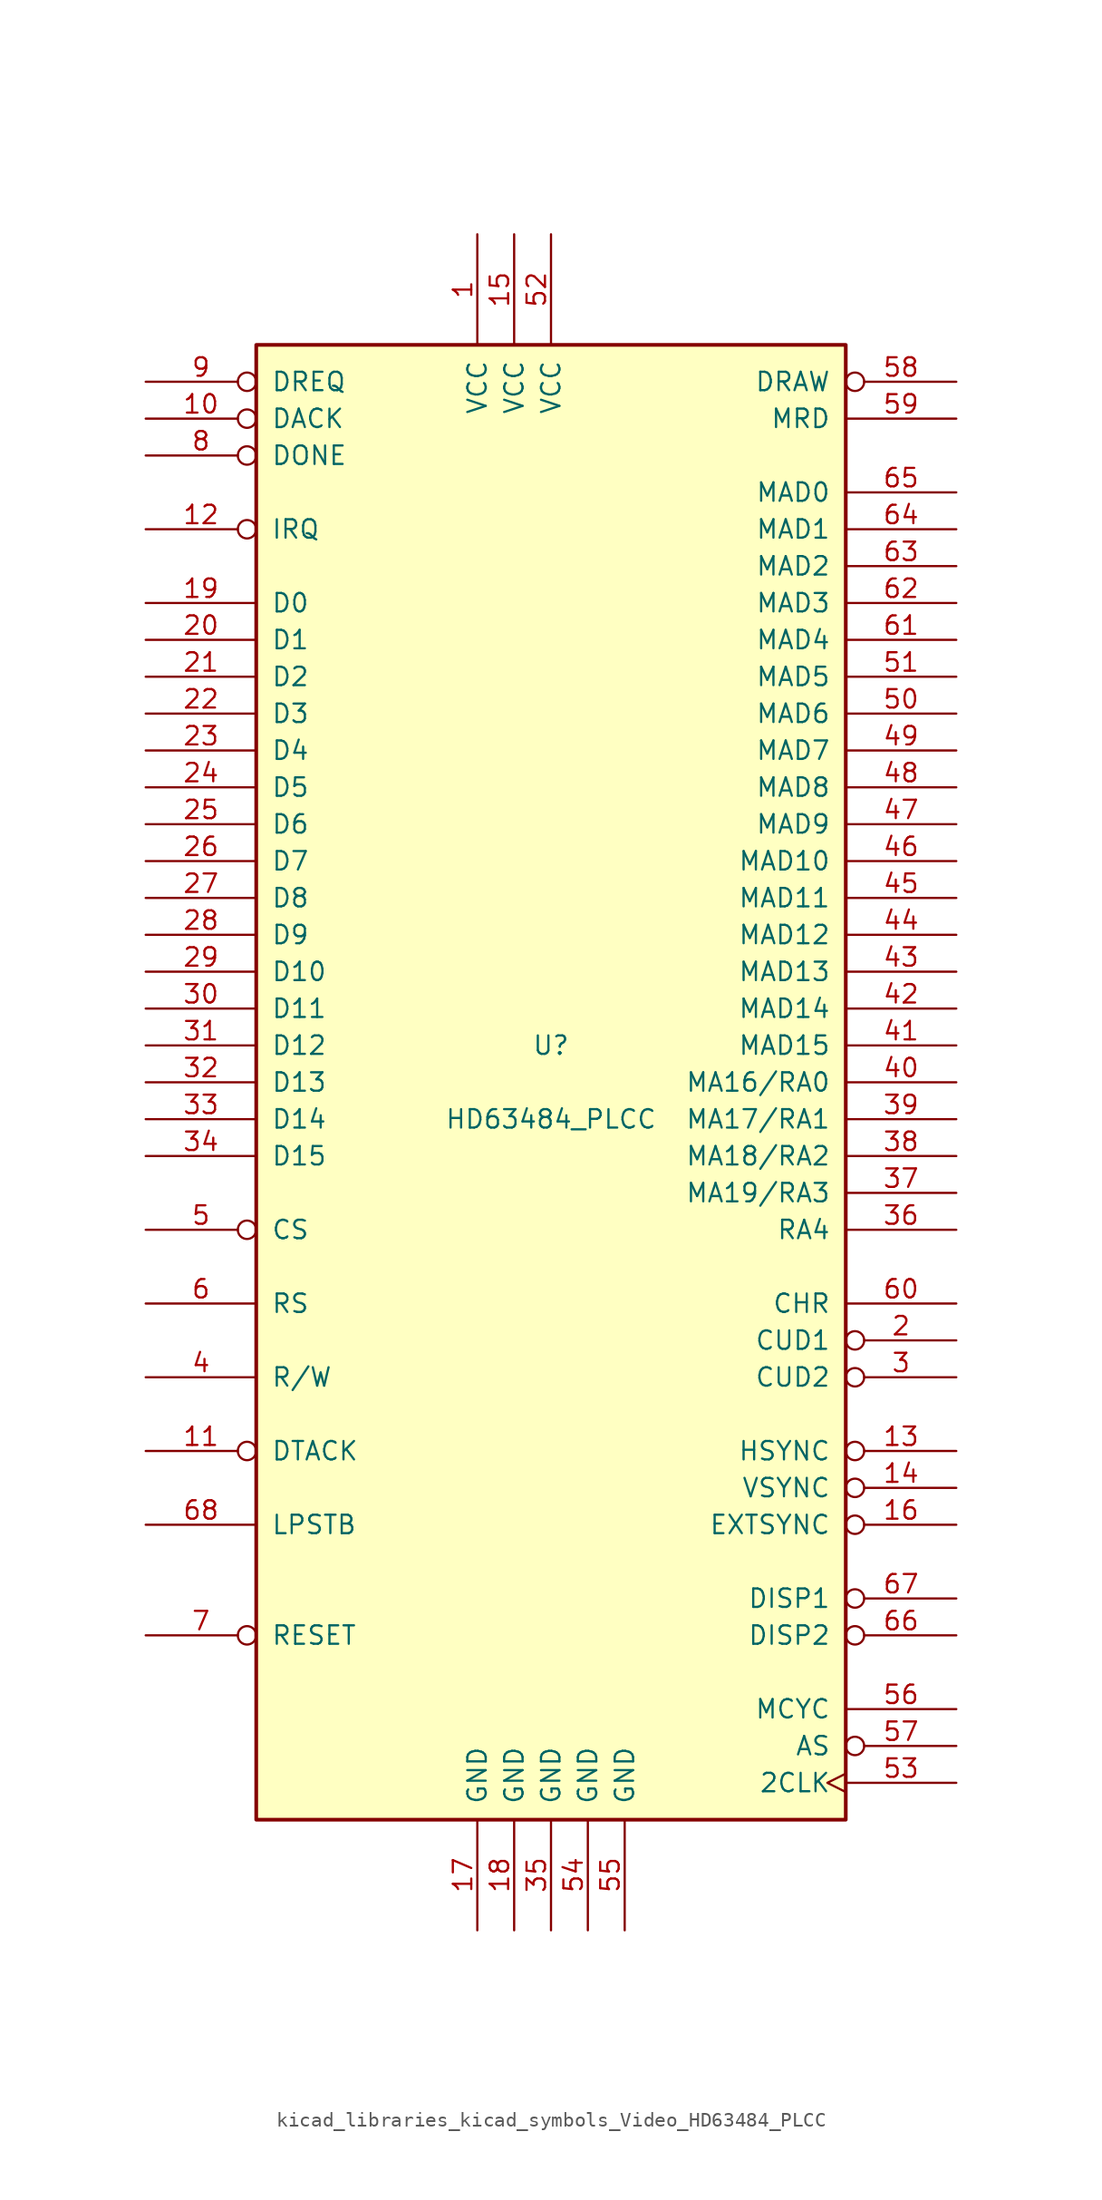
<source format=kicad_sym>
(kicad_symbol_lib
  (version 20220914)
  (generator kicad_symbol_editor)
  (symbol "kicad_libraries_kicad_symbols_Video_HD63484_PLCC"
    (pin_names
      (offset 1.016))
    (property "Reference" "U"
      (at 0 2.54 0)
      (effects (font (size 1.27 1.27))))
    (property "Value" "HD63484_PLCC"
      (at 0 -2.54 0)
      (effects (font (size 1.27 1.27))))
    (symbol "kicad_libraries_kicad_symbols_Video_HD63484_PLCC_0_1"
      (rectangle (start -20.32 -50.8) (end 20.32 50.8) (stroke (width 0.254) (type default)) (fill (type background))))
    (symbol "kicad_libraries_kicad_symbols_Video_HD63484_PLCC_1_1"
      (pin input line (at -5.08 58.42 270) (length 7.62) (name "VCC" (effects (font (size 1.27 1.27)))) (number "1" (effects (font (size 1.27 1.27)))))
      (pin input inverted (at -27.94 45.72 0) (length 7.62) (name "DACK" (effects (font (size 1.27 1.27)))) (number "10" (effects (font (size 1.27 1.27)))))
      (pin output inverted (at -27.94 -25.4 0) (length 7.62) (name "DTACK" (effects (font (size 1.27 1.27)))) (number "11" (effects (font (size 1.27 1.27)))))
      (pin output inverted (at -27.94 38.1 0) (length 7.62) (name "IRQ" (effects (font (size 1.27 1.27)))) (number "12" (effects (font (size 1.27 1.27)))))
      (pin output inverted (at 27.94 -25.4 180) (length 7.62) (name "HSYNC" (effects (font (size 1.27 1.27)))) (number "13" (effects (font (size 1.27 1.27)))))
      (pin output inverted (at 27.94 -27.94 180) (length 7.62) (name "VSYNC" (effects (font (size 1.27 1.27)))) (number "14" (effects (font (size 1.27 1.27)))))
      (pin input line (at -2.54 58.42 270) (length 7.62) (name "VCC" (effects (font (size 1.27 1.27)))) (number "15" (effects (font (size 1.27 1.27)))))
      (pin input inverted (at 27.94 -30.48 180) (length 7.62) (name "EXTSYNC" (effects (font (size 1.27 1.27)))) (number "16" (effects (font (size 1.27 1.27)))))
      (pin input line (at -5.08 -58.42 90) (length 7.62) (name "GND" (effects (font (size 1.27 1.27)))) (number "17" (effects (font (size 1.27 1.27)))))
      (pin input line (at -2.54 -58.42 90) (length 7.62) (name "GND" (effects (font (size 1.27 1.27)))) (number "18" (effects (font (size 1.27 1.27)))))
      (pin tri_state line (at -27.94 33.02 0) (length 7.62) (name "D0" (effects (font (size 1.27 1.27)))) (number "19" (effects (font (size 1.27 1.27)))))
      (pin output inverted (at 27.94 -17.78 180) (length 7.62) (name "CUD1" (effects (font (size 1.27 1.27)))) (number "2" (effects (font (size 1.27 1.27)))))
      (pin tri_state line (at -27.94 30.48 0) (length 7.62) (name "D1" (effects (font (size 1.27 1.27)))) (number "20" (effects (font (size 1.27 1.27)))))
      (pin tri_state line (at -27.94 27.94 0) (length 7.62) (name "D2" (effects (font (size 1.27 1.27)))) (number "21" (effects (font (size 1.27 1.27)))))
      (pin tri_state line (at -27.94 25.4 0) (length 7.62) (name "D3" (effects (font (size 1.27 1.27)))) (number "22" (effects (font (size 1.27 1.27)))))
      (pin tri_state line (at -27.94 22.86 0) (length 7.62) (name "D4" (effects (font (size 1.27 1.27)))) (number "23" (effects (font (size 1.27 1.27)))))
      (pin tri_state line (at -27.94 20.32 0) (length 7.62) (name "D5" (effects (font (size 1.27 1.27)))) (number "24" (effects (font (size 1.27 1.27)))))
      (pin tri_state line (at -27.94 17.78 0) (length 7.62) (name "D6" (effects (font (size 1.27 1.27)))) (number "25" (effects (font (size 1.27 1.27)))))
      (pin tri_state line (at -27.94 15.24 0) (length 7.62) (name "D7" (effects (font (size 1.27 1.27)))) (number "26" (effects (font (size 1.27 1.27)))))
      (pin tri_state line (at -27.94 12.7 0) (length 7.62) (name "D8" (effects (font (size 1.27 1.27)))) (number "27" (effects (font (size 1.27 1.27)))))
      (pin tri_state line (at -27.94 10.16 0) (length 7.62) (name "D9" (effects (font (size 1.27 1.27)))) (number "28" (effects (font (size 1.27 1.27)))))
      (pin tri_state line (at -27.94 7.62 0) (length 7.62) (name "D10" (effects (font (size 1.27 1.27)))) (number "29" (effects (font (size 1.27 1.27)))))
      (pin output inverted (at 27.94 -20.32 180) (length 7.62) (name "CUD2" (effects (font (size 1.27 1.27)))) (number "3" (effects (font (size 1.27 1.27)))))
      (pin tri_state line (at -27.94 5.08 0) (length 7.62) (name "D11" (effects (font (size 1.27 1.27)))) (number "30" (effects (font (size 1.27 1.27)))))
      (pin tri_state line (at -27.94 2.54 0) (length 7.62) (name "D12" (effects (font (size 1.27 1.27)))) (number "31" (effects (font (size 1.27 1.27)))))
      (pin tri_state line (at -27.94 0 0) (length 7.62) (name "D13" (effects (font (size 1.27 1.27)))) (number "32" (effects (font (size 1.27 1.27)))))
      (pin tri_state line (at -27.94 -2.54 0) (length 7.62) (name "D14" (effects (font (size 1.27 1.27)))) (number "33" (effects (font (size 1.27 1.27)))))
      (pin tri_state line (at -27.94 -5.08 0) (length 7.62) (name "D15" (effects (font (size 1.27 1.27)))) (number "34" (effects (font (size 1.27 1.27)))))
      (pin input line (at 0 -58.42 90) (length 7.62) (name "GND" (effects (font (size 1.27 1.27)))) (number "35" (effects (font (size 1.27 1.27)))))
      (pin output line (at 27.94 -10.16 180) (length 7.62) (name "RA4" (effects (font (size 1.27 1.27)))) (number "36" (effects (font (size 1.27 1.27)))))
      (pin output line (at 27.94 -7.62 180) (length 7.62) (name "MA19/RA3" (effects (font (size 1.27 1.27)))) (number "37" (effects (font (size 1.27 1.27)))))
      (pin output line (at 27.94 -5.08 180) (length 7.62) (name "MA18/RA2" (effects (font (size 1.27 1.27)))) (number "38" (effects (font (size 1.27 1.27)))))
      (pin output line (at 27.94 -2.54 180) (length 7.62) (name "MA17/RA1" (effects (font (size 1.27 1.27)))) (number "39" (effects (font (size 1.27 1.27)))))
      (pin input line (at -27.94 -20.32 0) (length 7.62) (name "R/W" (effects (font (size 1.27 1.27)))) (number "4" (effects (font (size 1.27 1.27)))))
      (pin output line (at 27.94 0 180) (length 7.62) (name "MA16/RA0" (effects (font (size 1.27 1.27)))) (number "40" (effects (font (size 1.27 1.27)))))
      (pin tri_state line (at 27.94 2.54 180) (length 7.62) (name "MAD15" (effects (font (size 1.27 1.27)))) (number "41" (effects (font (size 1.27 1.27)))))
      (pin tri_state line (at 27.94 5.08 180) (length 7.62) (name "MAD14" (effects (font (size 1.27 1.27)))) (number "42" (effects (font (size 1.27 1.27)))))
      (pin tri_state line (at 27.94 7.62 180) (length 7.62) (name "MAD13" (effects (font (size 1.27 1.27)))) (number "43" (effects (font (size 1.27 1.27)))))
      (pin tri_state line (at 27.94 10.16 180) (length 7.62) (name "MAD12" (effects (font (size 1.27 1.27)))) (number "44" (effects (font (size 1.27 1.27)))))
      (pin tri_state line (at 27.94 12.7 180) (length 7.62) (name "MAD11" (effects (font (size 1.27 1.27)))) (number "45" (effects (font (size 1.27 1.27)))))
      (pin tri_state line (at 27.94 15.24 180) (length 7.62) (name "MAD10" (effects (font (size 1.27 1.27)))) (number "46" (effects (font (size 1.27 1.27)))))
      (pin tri_state line (at 27.94 17.78 180) (length 7.62) (name "MAD9" (effects (font (size 1.27 1.27)))) (number "47" (effects (font (size 1.27 1.27)))))
      (pin tri_state line (at 27.94 20.32 180) (length 7.62) (name "MAD8" (effects (font (size 1.27 1.27)))) (number "48" (effects (font (size 1.27 1.27)))))
      (pin tri_state line (at 27.94 22.86 180) (length 7.62) (name "MAD7" (effects (font (size 1.27 1.27)))) (number "49" (effects (font (size 1.27 1.27)))))
      (pin input inverted (at -27.94 -10.16 0) (length 7.62) (name "CS" (effects (font (size 1.27 1.27)))) (number "5" (effects (font (size 1.27 1.27)))))
      (pin tri_state line (at 27.94 25.4 180) (length 7.62) (name "MAD6" (effects (font (size 1.27 1.27)))) (number "50" (effects (font (size 1.27 1.27)))))
      (pin tri_state line (at 27.94 27.94 180) (length 7.62) (name "MAD5" (effects (font (size 1.27 1.27)))) (number "51" (effects (font (size 1.27 1.27)))))
      (pin input line (at 0 58.42 270) (length 7.62) (name "VCC" (effects (font (size 1.27 1.27)))) (number "52" (effects (font (size 1.27 1.27)))))
      (pin input clock (at 27.94 -48.26 180) (length 7.62) (name "2CLK" (effects (font (size 1.27 1.27)))) (number "53" (effects (font (size 1.27 1.27)))))
      (pin input line (at 2.54 -58.42 90) (length 7.62) (name "GND" (effects (font (size 1.27 1.27)))) (number "54" (effects (font (size 1.27 1.27)))))
      (pin input line (at 5.08 -58.42 90) (length 7.62) (name "GND" (effects (font (size 1.27 1.27)))) (number "55" (effects (font (size 1.27 1.27)))))
      (pin output line (at 27.94 -43.18 180) (length 7.62) (name "MCYC" (effects (font (size 1.27 1.27)))) (number "56" (effects (font (size 1.27 1.27)))))
      (pin output inverted (at 27.94 -45.72 180) (length 7.62) (name "AS" (effects (font (size 1.27 1.27)))) (number "57" (effects (font (size 1.27 1.27)))))
      (pin output inverted (at 27.94 48.26 180) (length 7.62) (name "DRAW" (effects (font (size 1.27 1.27)))) (number "58" (effects (font (size 1.27 1.27)))))
      (pin output line (at 27.94 45.72 180) (length 7.62) (name "MRD" (effects (font (size 1.27 1.27)))) (number "59" (effects (font (size 1.27 1.27)))))
      (pin input line (at -27.94 -15.24 0) (length 7.62) (name "RS" (effects (font (size 1.27 1.27)))) (number "6" (effects (font (size 1.27 1.27)))))
      (pin output line (at 27.94 -15.24 180) (length 7.62) (name "CHR" (effects (font (size 1.27 1.27)))) (number "60" (effects (font (size 1.27 1.27)))))
      (pin tri_state line (at 27.94 30.48 180) (length 7.62) (name "MAD4" (effects (font (size 1.27 1.27)))) (number "61" (effects (font (size 1.27 1.27)))))
      (pin tri_state line (at 27.94 33.02 180) (length 7.62) (name "MAD3" (effects (font (size 1.27 1.27)))) (number "62" (effects (font (size 1.27 1.27)))))
      (pin tri_state line (at 27.94 35.56 180) (length 7.62) (name "MAD2" (effects (font (size 1.27 1.27)))) (number "63" (effects (font (size 1.27 1.27)))))
      (pin tri_state line (at 27.94 38.1 180) (length 7.62) (name "MAD1" (effects (font (size 1.27 1.27)))) (number "64" (effects (font (size 1.27 1.27)))))
      (pin tri_state line (at 27.94 40.64 180) (length 7.62) (name "MAD0" (effects (font (size 1.27 1.27)))) (number "65" (effects (font (size 1.27 1.27)))))
      (pin output inverted (at 27.94 -38.1 180) (length 7.62) (name "DISP2" (effects (font (size 1.27 1.27)))) (number "66" (effects (font (size 1.27 1.27)))))
      (pin output inverted (at 27.94 -35.56 180) (length 7.62) (name "DISP1" (effects (font (size 1.27 1.27)))) (number "67" (effects (font (size 1.27 1.27)))))
      (pin input line (at -27.94 -30.48 0) (length 7.62) (name "LPSTB" (effects (font (size 1.27 1.27)))) (number "68" (effects (font (size 1.27 1.27)))))
      (pin input inverted (at -27.94 -38.1 0) (length 7.62) (name "RESET" (effects (font (size 1.27 1.27)))) (number "7" (effects (font (size 1.27 1.27)))))
      (pin input inverted (at -27.94 43.18 0) (length 7.62) (name "DONE" (effects (font (size 1.27 1.27)))) (number "8" (effects (font (size 1.27 1.27)))))
      (pin output inverted (at -27.94 48.26 0) (length 7.62) (name "DREQ" (effects (font (size 1.27 1.27)))) (number "9" (effects (font (size 1.27 1.27))))))))
</source>
